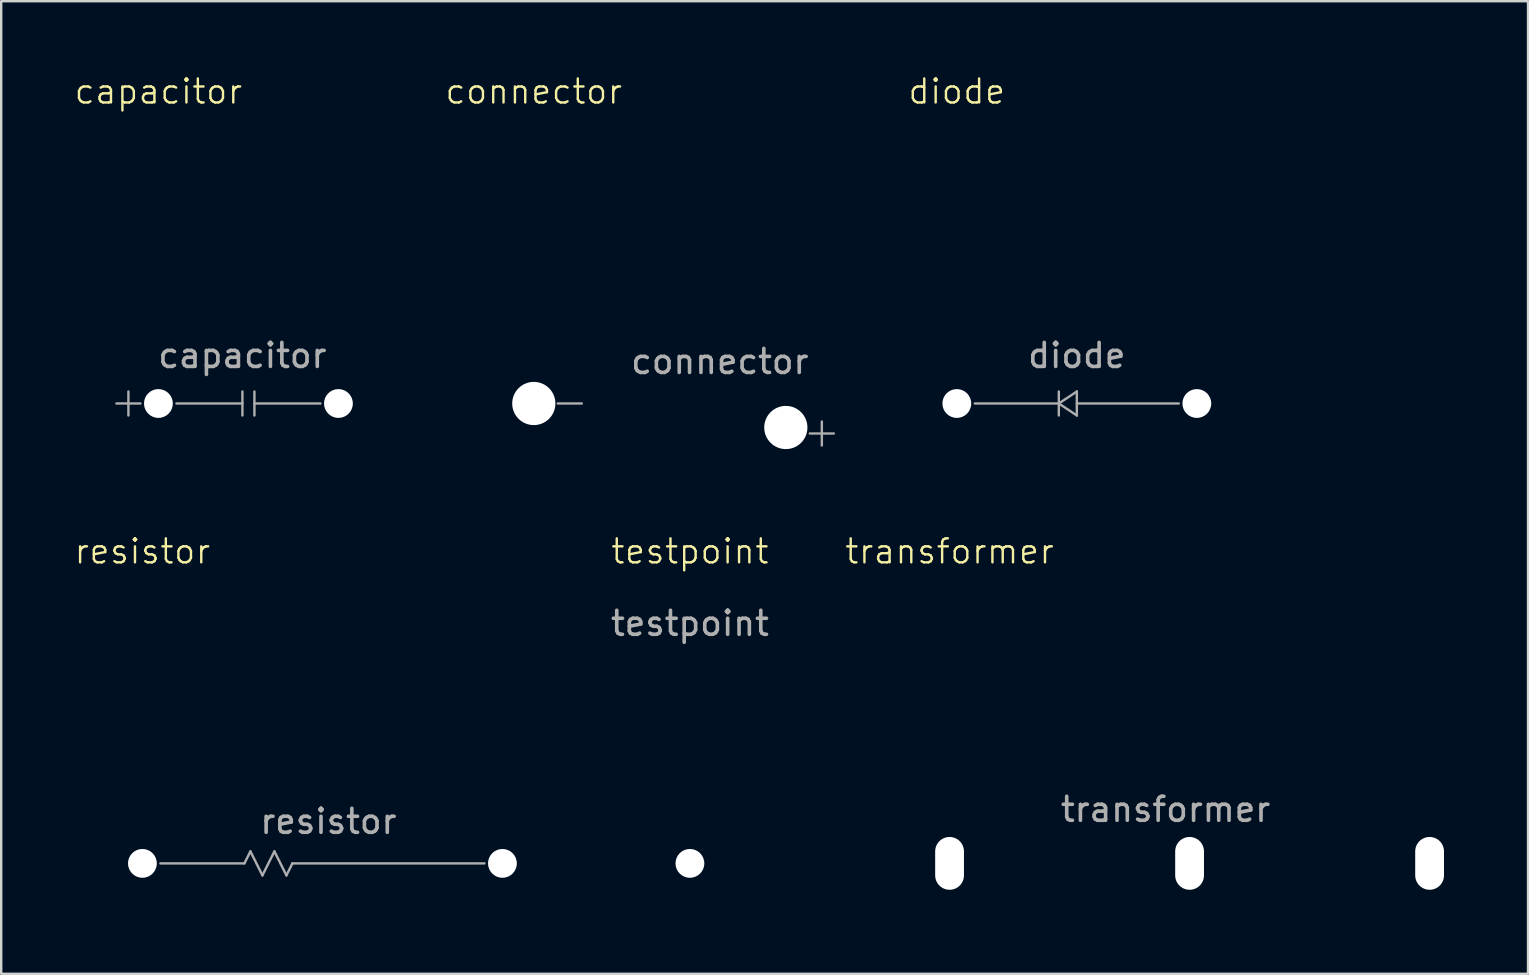
<source format=kicad_pcb>
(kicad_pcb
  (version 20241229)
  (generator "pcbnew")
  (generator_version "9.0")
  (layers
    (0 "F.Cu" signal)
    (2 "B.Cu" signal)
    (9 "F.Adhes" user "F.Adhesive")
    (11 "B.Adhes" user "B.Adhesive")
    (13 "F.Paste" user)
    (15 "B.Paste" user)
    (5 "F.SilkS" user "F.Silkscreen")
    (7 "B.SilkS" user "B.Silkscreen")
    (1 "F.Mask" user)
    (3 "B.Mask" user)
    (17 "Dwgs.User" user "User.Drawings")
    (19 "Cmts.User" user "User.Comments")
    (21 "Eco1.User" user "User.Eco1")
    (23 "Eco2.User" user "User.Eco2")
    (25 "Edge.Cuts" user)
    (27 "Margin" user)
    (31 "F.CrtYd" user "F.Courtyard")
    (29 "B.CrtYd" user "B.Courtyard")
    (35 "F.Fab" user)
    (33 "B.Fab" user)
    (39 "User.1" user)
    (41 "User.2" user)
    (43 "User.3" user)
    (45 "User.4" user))
  (footprint "capacitor"
    (layer "F.Cu")
    (at 3.55 13.761)
    (property "Reference" "capacitor" (at 0 -13 0) (unlocked yes) (layer "F.SilkS") (effects (font (size 1 1) (thickness 0.1))))
    (attr through_hole)
    (fp_line (start -1.75 0) (end -0.75 0) (stroke (width 0.1) (type default)) (layer "F.Fab"))
    (fp_line (start -1.25 -0.5) (end -1.25 0.5) (stroke (width 0.1) (type default)) (layer "F.Fab"))
    (fp_line (start 0.75 0) (end 3.5 0) (stroke (width 0.1) (type default)) (layer "F.Fab"))
    (fp_line (start 3.5 0.5) (end 3.5 -0.5) (stroke (width 0.1) (type default)) (layer "F.Fab"))
    (fp_line (start 4 -0.5) (end 4 0.5) (stroke (width 0.1) (type default)) (layer "F.Fab"))
    (fp_line (start 4 0) (end 6.75 0) (stroke (width 0.1) (type default)) (layer "F.Fab"))
    (fp_text user "${REFERENCE}" (at 3.5 -2 0) (unlocked yes) (layer "F.Fab") (effects (font (size 1 1) (thickness 0.15))))
    (pad "1" thru_hole circle (at 0 0) (size 2.8 2.8) (drill 1.2) (layers "*.Cu" "B.Mask") (remove_unused_layers yes) (zone_layer_connections))
    (pad "2" thru_hole circle (at 7.5 0) (size 2.8 2.8) (drill 1.2) (layers "*.Cu" "B.Mask") (remove_unused_layers yes) (zone_layer_connections)))
  (footprint "resistor"
    (layer "F.Cu")
    (at 2.883 32.921)
    (property "Reference" "resistor" (at 0 -13 0) (unlocked yes) (layer "F.SilkS") (effects (font (size 1 1) (thickness 0.1))))
    (attr through_hole)
    (fp_line (start 0.75 0) (end 4.25 0) (stroke (width 0.1) (type default)) (layer "F.Fab"))
    (fp_line (start 4.25 0) (end 4.5 -0.5) (stroke (width 0.1) (type default)) (layer "F.Fab"))
    (fp_line (start 4.5 -0.5) (end 5 0.5) (stroke (width 0.1) (type default)) (layer "F.Fab"))
    (fp_line (start 5 0.5) (end 5.5 -0.5) (stroke (width 0.1) (type default)) (layer "F.Fab"))
    (fp_line (start 5.5 -0.5) (end 6 0.5) (stroke (width 0.1) (type default)) (layer "F.Fab"))
    (fp_line (start 6 0.5) (end 6.25 0) (stroke (width 0.1) (type default)) (layer "F.Fab"))
    (fp_line (start 6.25 0) (end 14.25 0) (stroke (width 0.1) (type default)) (layer "F.Fab"))
    (fp_text user "${REFERENCE}" (at 7.75 -1.75 0) (unlocked yes) (layer "F.Fab") (effects (font (size 1 1) (thickness 0.15))))
    (pad "1" thru_hole circle (at 0 0) (size 2.8 2.8) (drill 1.2) (layers "*.Cu" "B.Mask") (remove_unused_layers yes) (zone_layer_connections))
    (pad "2" thru_hole circle (at 15 0) (size 2.8 2.8) (drill 1.2) (layers "*.Cu" "B.Mask") (remove_unused_layers yes) (zone_layer_connections)))
  (footprint "diode"
    (layer "F.Cu")
    (at 36.814 13.761)
    (property "Reference" "diode" (at 0 -13 0) (unlocked yes) (layer "F.SilkS") (effects (font (size 1 1) (thickness 0.1))))
    (attr through_hole)
    (fp_line (start 0.75 0) (end 4.25 0) (stroke (width 0.1) (type default)) (layer "F.Fab"))
    (fp_line (start 4.25 0) (end 5 -0.5) (stroke (width 0.1) (type default)) (layer "F.Fab"))
    (fp_line (start 4.25 0) (end 5 0.5) (stroke (width 0.1) (type default)) (layer "F.Fab"))
    (fp_line (start 4.25 0.5) (end 4.25 -0.5) (stroke (width 0.1) (type default)) (layer "F.Fab"))
    (fp_line (start 5 -0.5) (end 5 0.5) (stroke (width 0.1) (type default)) (layer "F.Fab"))
    (fp_line (start 5 0) (end 9.25 0) (stroke (width 0.1) (type default)) (layer "F.Fab"))
    (fp_text user "${REFERENCE}" (at 5 -2 0) (unlocked yes) (layer "F.Fab") (effects (font (size 1 1) (thickness 0.15))))
    (pad "1" thru_hole circle (at 0 0) (size 2.8 2.8) (drill 1.2) (layers "*.Cu" "B.Mask") (remove_unused_layers yes) (zone_layer_connections))
    (pad "2" thru_hole circle (at 10 0) (size 2.8 2.8) (drill 1.2) (layers "*.Cu" "B.Mask") (remove_unused_layers yes) (zone_layer_connections)))
  (footprint "testpoint"
    (layer "F.Cu")
    (at 25.694 32.921)
    (property "Reference" "testpoint" (at 0 -13 0) (unlocked yes) (layer "F.SilkS") (effects (font (size 1 1) (thickness 0.1))))
    (attr through_hole)
    (fp_text user "${REFERENCE}" (at 0 -10 0) (unlocked yes) (layer "F.Fab") (effects (font (size 1 1) (thickness 0.15))))
    (pad "1" thru_hole circle (at 0 0) (size 2.8 2.8) (drill 1.2) (layers "*.Cu" "B.Mask") (remove_unused_layers yes) (zone_layer_connections)))
  (footprint "transformer"
    (layer "F.Cu")
    (at 36.512 32.921)
    (property "Reference" "transformer" (at 0 -13 0) (unlocked yes) (layer "F.SilkS") (effects (font (size 1 1) (thickness 0.1))))
    (attr through_hole)
    (fp_text user "${REFERENCE}" (at 9 -2.25 0) (unlocked yes) (layer "F.Fab") (effects (font (size 1 1) (thickness 0.15))))
    (pad "1" thru_hole oval (at 0 0) (size 2.2 3.2) (drill oval 1.2 2.2) (layers "*.Cu" "B.Mask") (remove_unused_layers yes) (zone_layer_connections))
    (pad "2" thru_hole oval (at 10 0) (size 2.2 3.2) (drill oval 1.2 2.2) (layers "*.Cu" "B.Mask") (remove_unused_layers yes) (zone_layer_connections))
    (pad "3" thru_hole oval (at 20 0) (size 2.2 3.2) (drill oval 1.2 2.2) (layers "*.Cu" "B.Mask") (remove_unused_layers yes) (zone_layer_connections)))
  (footprint "connector"
    (layer "F.Cu")
    (at 19.19 13.761)
    (property "Reference" "connector" (at 0 -13 0) (unlocked yes) (layer "F.SilkS") (effects (font (size 1 1) (thickness 0.1))))
    (attr through_hole)
    (fp_line (start 1 0) (end 2 0) (stroke (width 0.1) (type default)) (layer "F.Fab"))
    (fp_line (start 11.5 1.25) (end 12.5 1.25) (stroke (width 0.1) (type default)) (layer "F.Fab"))
    (fp_line (start 12 0.75) (end 12 1.75) (stroke (width 0.1) (type default)) (layer "F.Fab"))
    (fp_text user "${REFERENCE}" (at 7.75 -1.75 0) (unlocked yes) (layer "F.Fab") (effects (font (size 1 1) (thickness 0.15))))
    (pad "1" thru_hole circle (at 0 0) (size 2.8 2.8) (drill 1.8) (layers "*.Cu" "B.Mask") (remove_unused_layers yes) (zone_layer_connections))
    (pad "2" thru_hole circle (at 10.5 1) (size 2.8 2.8) (drill 1.8) (layers "*.Cu" "B.Mask") (remove_unused_layers yes) (zone_layer_connections)))
  (gr_rect
    (start -3 -3)
    (end 60.612 37.521)
    (stroke (width 0.1) (type default))
    (fill no)
    (layer "Edge.Cuts")))
</source>
